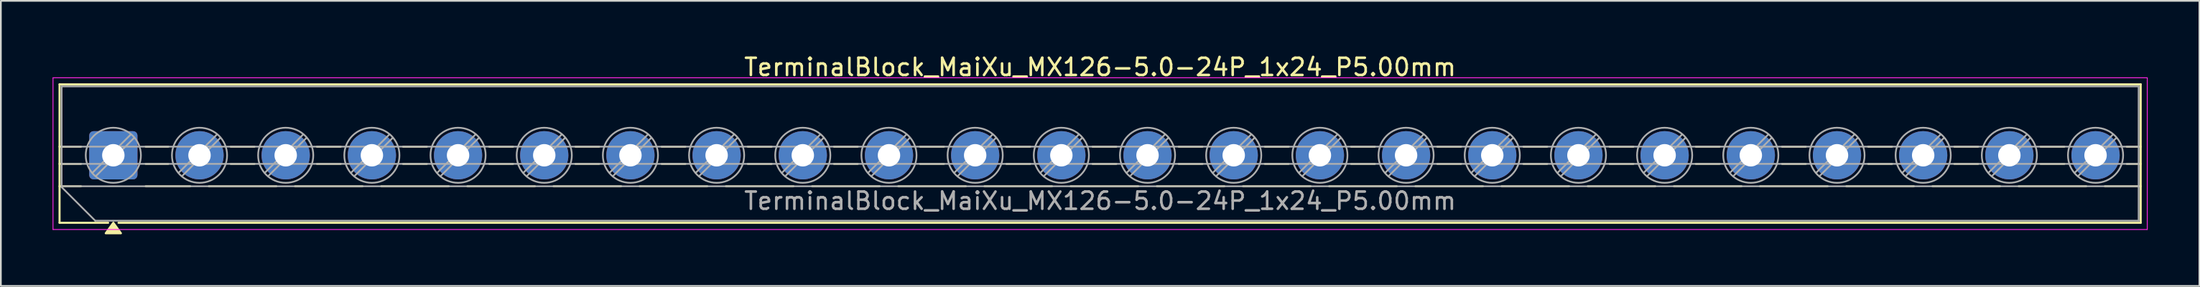
<source format=kicad_pcb>
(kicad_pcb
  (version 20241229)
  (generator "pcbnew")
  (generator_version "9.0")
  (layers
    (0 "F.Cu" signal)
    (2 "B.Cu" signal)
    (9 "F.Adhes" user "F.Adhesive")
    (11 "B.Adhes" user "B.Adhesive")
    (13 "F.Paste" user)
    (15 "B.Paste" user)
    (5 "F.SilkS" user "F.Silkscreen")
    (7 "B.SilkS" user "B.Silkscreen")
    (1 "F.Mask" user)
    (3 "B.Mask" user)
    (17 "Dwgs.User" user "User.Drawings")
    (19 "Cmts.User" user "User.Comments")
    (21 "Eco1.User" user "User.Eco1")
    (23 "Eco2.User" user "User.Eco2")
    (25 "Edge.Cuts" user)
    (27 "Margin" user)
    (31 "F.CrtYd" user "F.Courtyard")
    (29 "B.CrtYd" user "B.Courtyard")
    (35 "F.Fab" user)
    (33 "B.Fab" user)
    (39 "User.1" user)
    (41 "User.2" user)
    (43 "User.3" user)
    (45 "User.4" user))
  (footprint "TerminalBlock_MaiXu_MX126-5.0-24P_1x24_P5.00mm"
    (layer "F.Cu")
    (at 3.525 5.968)
    (property "Reference" "TerminalBlock_MaiXu_MX126-5.0-24P_1x24_P5.00mm" (at 57.25 -5.12 0) (layer "F.SilkS") (effects (font (size 1 1) (thickness 0.15))))
    (attr through_hole)
    (fp_line (start -3.12 -4.12) (end -3.12 3.92) (stroke (width 0.12) (type solid)) (layer "F.SilkS"))
    (fp_line (start -3.12 -4.12) (end 117.62 -4.12) (stroke (width 0.12) (type solid)) (layer "F.SilkS"))
    (fp_line (start -3.12 -0.5) (end -1.88 -0.5) (stroke (width 0.12) (type solid)) (layer "F.SilkS"))
    (fp_line (start -3.12 0.5) (end -1.88 0.5) (stroke (width 0.12) (type solid)) (layer "F.SilkS"))
    (fp_line (start -3.12 1.8) (end -1.88 1.8) (stroke (width 0.12) (type solid)) (layer "F.SilkS"))
    (fp_line (start -3.12 3.92) (end -0.3 3.92) (stroke (width 0.12) (type solid)) (layer "F.SilkS"))
    (fp_line (start 0.3 3.92) (end 117.62 3.92) (stroke (width 0.12) (type solid)) (layer "F.SilkS"))
    (fp_line (start 1.88 -0.5) (end 3.188 -0.5) (stroke (width 0.12) (type solid)) (layer "F.SilkS"))
    (fp_line (start 1.88 0.5) (end 3.188 0.5) (stroke (width 0.12) (type solid)) (layer "F.SilkS"))
    (fp_line (start 1.88 1.8) (end 4.457 1.8) (stroke (width 0.12) (type solid)) (layer "F.SilkS"))
    (fp_line (start 5.543 1.8) (end 9.457 1.8) (stroke (width 0.12) (type solid)) (layer "F.SilkS"))
    (fp_line (start 6.812 -0.5) (end 8.188 -0.5) (stroke (width 0.12) (type solid)) (layer "F.SilkS"))
    (fp_line (start 6.812 0.5) (end 8.188 0.5) (stroke (width 0.12) (type solid)) (layer "F.SilkS"))
    (fp_line (start 10.543 1.8) (end 14.457 1.8) (stroke (width 0.12) (type solid)) (layer "F.SilkS"))
    (fp_line (start 11.812 -0.5) (end 13.188 -0.5) (stroke (width 0.12) (type solid)) (layer "F.SilkS"))
    (fp_line (start 11.812 0.5) (end 13.188 0.5) (stroke (width 0.12) (type solid)) (layer "F.SilkS"))
    (fp_line (start 15.543 1.8) (end 19.457 1.8) (stroke (width 0.12) (type solid)) (layer "F.SilkS"))
    (fp_line (start 16.812 -0.5) (end 18.188 -0.5) (stroke (width 0.12) (type solid)) (layer "F.SilkS"))
    (fp_line (start 16.812 0.5) (end 18.188 0.5) (stroke (width 0.12) (type solid)) (layer "F.SilkS"))
    (fp_line (start 20.543 1.8) (end 24.457 1.8) (stroke (width 0.12) (type solid)) (layer "F.SilkS"))
    (fp_line (start 21.812 -0.5) (end 23.188 -0.5) (stroke (width 0.12) (type solid)) (layer "F.SilkS"))
    (fp_line (start 21.812 0.5) (end 23.188 0.5) (stroke (width 0.12) (type solid)) (layer "F.SilkS"))
    (fp_line (start 25.543 1.8) (end 29.457 1.8) (stroke (width 0.12) (type solid)) (layer "F.SilkS"))
    (fp_line (start 26.812 -0.5) (end 28.188 -0.5) (stroke (width 0.12) (type solid)) (layer "F.SilkS"))
    (fp_line (start 26.812 0.5) (end 28.188 0.5) (stroke (width 0.12) (type solid)) (layer "F.SilkS"))
    (fp_line (start 30.543 1.8) (end 34.457 1.8) (stroke (width 0.12) (type solid)) (layer "F.SilkS"))
    (fp_line (start 31.812 -0.5) (end 33.188 -0.5) (stroke (width 0.12) (type solid)) (layer "F.SilkS"))
    (fp_line (start 31.812 0.5) (end 33.188 0.5) (stroke (width 0.12) (type solid)) (layer "F.SilkS"))
    (fp_line (start 35.543 1.8) (end 39.457 1.8) (stroke (width 0.12) (type solid)) (layer "F.SilkS"))
    (fp_line (start 36.812 -0.5) (end 38.188 -0.5) (stroke (width 0.12) (type solid)) (layer "F.SilkS"))
    (fp_line (start 36.812 0.5) (end 38.188 0.5) (stroke (width 0.12) (type solid)) (layer "F.SilkS"))
    (fp_line (start 40.543 1.8) (end 44.457 1.8) (stroke (width 0.12) (type solid)) (layer "F.SilkS"))
    (fp_line (start 41.812 -0.5) (end 43.188 -0.5) (stroke (width 0.12) (type solid)) (layer "F.SilkS"))
    (fp_line (start 41.812 0.5) (end 43.188 0.5) (stroke (width 0.12) (type solid)) (layer "F.SilkS"))
    (fp_line (start 45.543 1.8) (end 49.457 1.8) (stroke (width 0.12) (type solid)) (layer "F.SilkS"))
    (fp_line (start 46.812 -0.5) (end 48.188 -0.5) (stroke (width 0.12) (type solid)) (layer "F.SilkS"))
    (fp_line (start 46.812 0.5) (end 48.188 0.5) (stroke (width 0.12) (type solid)) (layer "F.SilkS"))
    (fp_line (start 50.543 1.8) (end 54.457 1.8) (stroke (width 0.12) (type solid)) (layer "F.SilkS"))
    (fp_line (start 51.812 -0.5) (end 53.188 -0.5) (stroke (width 0.12) (type solid)) (layer "F.SilkS"))
    (fp_line (start 51.812 0.5) (end 53.188 0.5) (stroke (width 0.12) (type solid)) (layer "F.SilkS"))
    (fp_line (start 55.543 1.8) (end 59.457 1.8) (stroke (width 0.12) (type solid)) (layer "F.SilkS"))
    (fp_line (start 56.812 -0.5) (end 58.188 -0.5) (stroke (width 0.12) (type solid)) (layer "F.SilkS"))
    (fp_line (start 56.812 0.5) (end 58.188 0.5) (stroke (width 0.12) (type solid)) (layer "F.SilkS"))
    (fp_line (start 60.543 1.8) (end 64.457 1.8) (stroke (width 0.12) (type solid)) (layer "F.SilkS"))
    (fp_line (start 61.812 -0.5) (end 63.188 -0.5) (stroke (width 0.12) (type solid)) (layer "F.SilkS"))
    (fp_line (start 61.812 0.5) (end 63.188 0.5) (stroke (width 0.12) (type solid)) (layer "F.SilkS"))
    (fp_line (start 65.543 1.8) (end 69.457 1.8) (stroke (width 0.12) (type solid)) (layer "F.SilkS"))
    (fp_line (start 66.812 -0.5) (end 68.188 -0.5) (stroke (width 0.12) (type solid)) (layer "F.SilkS"))
    (fp_line (start 66.812 0.5) (end 68.188 0.5) (stroke (width 0.12) (type solid)) (layer "F.SilkS"))
    (fp_line (start 70.543 1.8) (end 74.457 1.8) (stroke (width 0.12) (type solid)) (layer "F.SilkS"))
    (fp_line (start 71.812 -0.5) (end 73.188 -0.5) (stroke (width 0.12) (type solid)) (layer "F.SilkS"))
    (fp_line (start 71.812 0.5) (end 73.188 0.5) (stroke (width 0.12) (type solid)) (layer "F.SilkS"))
    (fp_line (start 75.543 1.8) (end 79.457 1.8) (stroke (width 0.12) (type solid)) (layer "F.SilkS"))
    (fp_line (start 76.812 -0.5) (end 78.188 -0.5) (stroke (width 0.12) (type solid)) (layer "F.SilkS"))
    (fp_line (start 76.812 0.5) (end 78.188 0.5) (stroke (width 0.12) (type solid)) (layer "F.SilkS"))
    (fp_line (start 80.543 1.8) (end 84.457 1.8) (stroke (width 0.12) (type solid)) (layer "F.SilkS"))
    (fp_line (start 81.812 -0.5) (end 83.188 -0.5) (stroke (width 0.12) (type solid)) (layer "F.SilkS"))
    (fp_line (start 81.812 0.5) (end 83.188 0.5) (stroke (width 0.12) (type solid)) (layer "F.SilkS"))
    (fp_line (start 85.543 1.8) (end 89.457 1.8) (stroke (width 0.12) (type solid)) (layer "F.SilkS"))
    (fp_line (start 86.812 -0.5) (end 88.188 -0.5) (stroke (width 0.12) (type solid)) (layer "F.SilkS"))
    (fp_line (start 86.812 0.5) (end 88.188 0.5) (stroke (width 0.12) (type solid)) (layer "F.SilkS"))
    (fp_line (start 90.543 1.8) (end 94.457 1.8) (stroke (width 0.12) (type solid)) (layer "F.SilkS"))
    (fp_line (start 91.812 -0.5) (end 93.188 -0.5) (stroke (width 0.12) (type solid)) (layer "F.SilkS"))
    (fp_line (start 91.812 0.5) (end 93.188 0.5) (stroke (width 0.12) (type solid)) (layer "F.SilkS"))
    (fp_line (start 95.543 1.8) (end 99.457 1.8) (stroke (width 0.12) (type solid)) (layer "F.SilkS"))
    (fp_line (start 96.812 -0.5) (end 98.188 -0.5) (stroke (width 0.12) (type solid)) (layer "F.SilkS"))
    (fp_line (start 96.812 0.5) (end 98.188 0.5) (stroke (width 0.12) (type solid)) (layer "F.SilkS"))
    (fp_line (start 100.543 1.8) (end 104.457 1.8) (stroke (width 0.12) (type solid)) (layer "F.SilkS"))
    (fp_line (start 101.812 -0.5) (end 103.188 -0.5) (stroke (width 0.12) (type solid)) (layer "F.SilkS"))
    (fp_line (start 101.812 0.5) (end 103.188 0.5) (stroke (width 0.12) (type solid)) (layer "F.SilkS"))
    (fp_line (start 105.543 1.8) (end 109.457 1.8) (stroke (width 0.12) (type solid)) (layer "F.SilkS"))
    (fp_line (start 106.812 -0.5) (end 108.188 -0.5) (stroke (width 0.12) (type solid)) (layer "F.SilkS"))
    (fp_line (start 106.812 0.5) (end 108.188 0.5) (stroke (width 0.12) (type solid)) (layer "F.SilkS"))
    (fp_line (start 110.543 1.8) (end 114.457 1.8) (stroke (width 0.12) (type solid)) (layer "F.SilkS"))
    (fp_line (start 111.812 -0.5) (end 113.188 -0.5) (stroke (width 0.12) (type solid)) (layer "F.SilkS"))
    (fp_line (start 111.812 0.5) (end 113.188 0.5) (stroke (width 0.12) (type solid)) (layer "F.SilkS"))
    (fp_line (start 115.543 1.8) (end 117.62 1.8) (stroke (width 0.12) (type solid)) (layer "F.SilkS"))
    (fp_line (start 116.812 -0.5) (end 117.62 -0.5) (stroke (width 0.12) (type solid)) (layer "F.SilkS"))
    (fp_line (start 116.812 0.5) (end 117.62 0.5) (stroke (width 0.12) (type solid)) (layer "F.SilkS"))
    (fp_line (start 117.62 -4.12) (end 117.62 3.92) (stroke (width 0.12) (type solid)) (layer "F.SilkS"))
    (fp_poly (pts (xy 0 3.92) (xy 0.44 4.53) (xy -0.44 4.53)) (stroke (width 0.12) (type solid)) (fill yes) (layer "F.SilkS"))
    (fp_line (start -3.5 -4.5) (end -3.5 4.31) (stroke (width 0.05) (type solid)) (layer "F.CrtYd"))
    (fp_line (start -3.5 4.31) (end 118 4.31) (stroke (width 0.05) (type solid)) (layer "F.CrtYd"))
    (fp_line (start 118 -4.5) (end -3.5 -4.5) (stroke (width 0.05) (type solid)) (layer "F.CrtYd"))
    (fp_line (start 118 4.31) (end 118 -4.5) (stroke (width 0.05) (type solid)) (layer "F.CrtYd"))
    (fp_line (start -3 -4) (end 117.5 -4) (stroke (width 0.1) (type solid)) (layer "F.Fab"))
    (fp_line (start -3 -0.5) (end 117.5 -0.5) (stroke (width 0.1) (type solid)) (layer "F.Fab"))
    (fp_line (start -3 0.5) (end 117.5 0.5) (stroke (width 0.1) (type solid)) (layer "F.Fab"))
    (fp_line (start -3 1.8) (end 117.5 1.8) (stroke (width 0.1) (type solid)) (layer "F.Fab"))
    (fp_line (start -3 1.85) (end -3 -4) (stroke (width 0.1) (type solid)) (layer "F.Fab"))
    (fp_line (start -1.05 3.8) (end -3 1.85) (stroke (width 0.1) (type solid)) (layer "F.Fab"))
    (fp_line (start 1.018 -1.213) (end -1.213 1.018) (stroke (width 0.1) (type solid)) (layer "F.Fab"))
    (fp_line (start 1.213 -1.018) (end -1.018 1.213) (stroke (width 0.1) (type solid)) (layer "F.Fab"))
    (fp_line (start 6.018 -1.213) (end 3.787 1.018) (stroke (width 0.1) (type solid)) (layer "F.Fab"))
    (fp_line (start 6.213 -1.018) (end 3.982 1.213) (stroke (width 0.1) (type solid)) (layer "F.Fab"))
    (fp_line (start 11.018 -1.213) (end 8.787 1.018) (stroke (width 0.1) (type solid)) (layer "F.Fab"))
    (fp_line (start 11.213 -1.018) (end 8.982 1.213) (stroke (width 0.1) (type solid)) (layer "F.Fab"))
    (fp_line (start 16.018 -1.213) (end 13.787 1.018) (stroke (width 0.1) (type solid)) (layer "F.Fab"))
    (fp_line (start 16.213 -1.018) (end 13.982 1.213) (stroke (width 0.1) (type solid)) (layer "F.Fab"))
    (fp_line (start 21.018 -1.213) (end 18.787 1.018) (stroke (width 0.1) (type solid)) (layer "F.Fab"))
    (fp_line (start 21.213 -1.018) (end 18.982 1.213) (stroke (width 0.1) (type solid)) (layer "F.Fab"))
    (fp_line (start 26.018 -1.213) (end 23.787 1.018) (stroke (width 0.1) (type solid)) (layer "F.Fab"))
    (fp_line (start 26.213 -1.018) (end 23.982 1.213) (stroke (width 0.1) (type solid)) (layer "F.Fab"))
    (fp_line (start 31.018 -1.213) (end 28.787 1.018) (stroke (width 0.1) (type solid)) (layer "F.Fab"))
    (fp_line (start 31.213 -1.018) (end 28.982 1.213) (stroke (width 0.1) (type solid)) (layer "F.Fab"))
    (fp_line (start 36.018 -1.213) (end 33.787 1.018) (stroke (width 0.1) (type solid)) (layer "F.Fab"))
    (fp_line (start 36.213 -1.018) (end 33.982 1.213) (stroke (width 0.1) (type solid)) (layer "F.Fab"))
    (fp_line (start 41.018 -1.213) (end 38.787 1.018) (stroke (width 0.1) (type solid)) (layer "F.Fab"))
    (fp_line (start 41.213 -1.018) (end 38.982 1.213) (stroke (width 0.1) (type solid)) (layer "F.Fab"))
    (fp_line (start 46.018 -1.213) (end 43.787 1.018) (stroke (width 0.1) (type solid)) (layer "F.Fab"))
    (fp_line (start 46.213 -1.018) (end 43.982 1.213) (stroke (width 0.1) (type solid)) (layer "F.Fab"))
    (fp_line (start 51.018 -1.213) (end 48.787 1.018) (stroke (width 0.1) (type solid)) (layer "F.Fab"))
    (fp_line (start 51.213 -1.018) (end 48.982 1.213) (stroke (width 0.1) (type solid)) (layer "F.Fab"))
    (fp_line (start 56.018 -1.213) (end 53.787 1.018) (stroke (width 0.1) (type solid)) (layer "F.Fab"))
    (fp_line (start 56.213 -1.018) (end 53.982 1.213) (stroke (width 0.1) (type solid)) (layer "F.Fab"))
    (fp_line (start 61.018 -1.213) (end 58.787 1.018) (stroke (width 0.1) (type solid)) (layer "F.Fab"))
    (fp_line (start 61.213 -1.018) (end 58.982 1.213) (stroke (width 0.1) (type solid)) (layer "F.Fab"))
    (fp_line (start 66.018 -1.213) (end 63.787 1.018) (stroke (width 0.1) (type solid)) (layer "F.Fab"))
    (fp_line (start 66.213 -1.018) (end 63.982 1.213) (stroke (width 0.1) (type solid)) (layer "F.Fab"))
    (fp_line (start 71.018 -1.213) (end 68.787 1.018) (stroke (width 0.1) (type solid)) (layer "F.Fab"))
    (fp_line (start 71.213 -1.018) (end 68.982 1.213) (stroke (width 0.1) (type solid)) (layer "F.Fab"))
    (fp_line (start 76.018 -1.213) (end 73.787 1.018) (stroke (width 0.1) (type solid)) (layer "F.Fab"))
    (fp_line (start 76.213 -1.018) (end 73.982 1.213) (stroke (width 0.1) (type solid)) (layer "F.Fab"))
    (fp_line (start 81.018 -1.213) (end 78.787 1.018) (stroke (width 0.1) (type solid)) (layer "F.Fab"))
    (fp_line (start 81.213 -1.018) (end 78.982 1.213) (stroke (width 0.1) (type solid)) (layer "F.Fab"))
    (fp_line (start 86.018 -1.213) (end 83.787 1.018) (stroke (width 0.1) (type solid)) (layer "F.Fab"))
    (fp_line (start 86.213 -1.018) (end 83.982 1.213) (stroke (width 0.1) (type solid)) (layer "F.Fab"))
    (fp_line (start 91.018 -1.213) (end 88.787 1.018) (stroke (width 0.1) (type solid)) (layer "F.Fab"))
    (fp_line (start 91.213 -1.018) (end 88.982 1.213) (stroke (width 0.1) (type solid)) (layer "F.Fab"))
    (fp_line (start 96.018 -1.213) (end 93.787 1.018) (stroke (width 0.1) (type solid)) (layer "F.Fab"))
    (fp_line (start 96.213 -1.018) (end 93.982 1.213) (stroke (width 0.1) (type solid)) (layer "F.Fab"))
    (fp_line (start 101.018 -1.213) (end 98.787 1.018) (stroke (width 0.1) (type solid)) (layer "F.Fab"))
    (fp_line (start 101.213 -1.018) (end 98.982 1.213) (stroke (width 0.1) (type solid)) (layer "F.Fab"))
    (fp_line (start 106.018 -1.213) (end 103.787 1.018) (stroke (width 0.1) (type solid)) (layer "F.Fab"))
    (fp_line (start 106.213 -1.018) (end 103.982 1.213) (stroke (width 0.1) (type solid)) (layer "F.Fab"))
    (fp_line (start 111.018 -1.213) (end 108.787 1.018) (stroke (width 0.1) (type solid)) (layer "F.Fab"))
    (fp_line (start 111.213 -1.018) (end 108.982 1.213) (stroke (width 0.1) (type solid)) (layer "F.Fab"))
    (fp_line (start 116.018 -1.213) (end 113.787 1.018) (stroke (width 0.1) (type solid)) (layer "F.Fab"))
    (fp_line (start 116.213 -1.018) (end 113.982 1.213) (stroke (width 0.1) (type solid)) (layer "F.Fab"))
    (fp_line (start 117.5 -4) (end 117.5 3.8) (stroke (width 0.1) (type solid)) (layer "F.Fab"))
    (fp_line (start 117.5 3.8) (end -1.05 3.8) (stroke (width 0.1) (type solid)) (layer "F.Fab"))
    (fp_circle (center 0 0) (end 1.6 0) (stroke (width 0.1) (type solid)) (fill no) (layer "F.Fab"))
    (fp_circle (center 5 0) (end 6.6 0) (stroke (width 0.1) (type solid)) (fill no) (layer "F.Fab"))
    (fp_circle (center 10 0) (end 11.6 0) (stroke (width 0.1) (type solid)) (fill no) (layer "F.Fab"))
    (fp_circle (center 15 0) (end 16.6 0) (stroke (width 0.1) (type solid)) (fill no) (layer "F.Fab"))
    (fp_circle (center 20 0) (end 21.6 0) (stroke (width 0.1) (type solid)) (fill no) (layer "F.Fab"))
    (fp_circle (center 25 0) (end 26.6 0) (stroke (width 0.1) (type solid)) (fill no) (layer "F.Fab"))
    (fp_circle (center 30 0) (end 31.6 0) (stroke (width 0.1) (type solid)) (fill no) (layer "F.Fab"))
    (fp_circle (center 35 0) (end 36.6 0) (stroke (width 0.1) (type solid)) (fill no) (layer "F.Fab"))
    (fp_circle (center 40 0) (end 41.6 0) (stroke (width 0.1) (type solid)) (fill no) (layer "F.Fab"))
    (fp_circle (center 45 0) (end 46.6 0) (stroke (width 0.1) (type solid)) (fill no) (layer "F.Fab"))
    (fp_circle (center 50 0) (end 51.6 0) (stroke (width 0.1) (type solid)) (fill no) (layer "F.Fab"))
    (fp_circle (center 55 0) (end 56.6 0) (stroke (width 0.1) (type solid)) (fill no) (layer "F.Fab"))
    (fp_circle (center 60 0) (end 61.6 0) (stroke (width 0.1) (type solid)) (fill no) (layer "F.Fab"))
    (fp_circle (center 65 0) (end 66.6 0) (stroke (width 0.1) (type solid)) (fill no) (layer "F.Fab"))
    (fp_circle (center 70 0) (end 71.6 0) (stroke (width 0.1) (type solid)) (fill no) (layer "F.Fab"))
    (fp_circle (center 75 0) (end 76.6 0) (stroke (width 0.1) (type solid)) (fill no) (layer "F.Fab"))
    (fp_circle (center 80 0) (end 81.6 0) (stroke (width 0.1) (type solid)) (fill no) (layer "F.Fab"))
    (fp_circle (center 85 0) (end 86.6 0) (stroke (width 0.1) (type solid)) (fill no) (layer "F.Fab"))
    (fp_circle (center 90 0) (end 91.6 0) (stroke (width 0.1) (type solid)) (fill no) (layer "F.Fab"))
    (fp_circle (center 95 0) (end 96.6 0) (stroke (width 0.1) (type solid)) (fill no) (layer "F.Fab"))
    (fp_circle (center 100 0) (end 101.6 0) (stroke (width 0.1) (type solid)) (fill no) (layer "F.Fab"))
    (fp_circle (center 105 0) (end 106.6 0) (stroke (width 0.1) (type solid)) (fill no) (layer "F.Fab"))
    (fp_circle (center 110 0) (end 111.6 0) (stroke (width 0.1) (type solid)) (fill no) (layer "F.Fab"))
    (fp_circle (center 115 0) (end 116.6 0) (stroke (width 0.1) (type solid)) (fill no) (layer "F.Fab"))
    (fp_text user "${REFERENCE}" (at 57.25 2.65 0) (layer "F.Fab") (effects (font (size 1 1) (thickness 0.15))))
    (pad "1" thru_hole roundrect (at 0 0) (size 2.8 2.8) (drill 1.3) (layers "*.Cu" "*.Mask") (roundrect_rratio 0.089))
    (pad "2" thru_hole circle (at 5 0) (size 2.8 2.8) (drill 1.3) (layers "*.Cu" "*.Mask"))
    (pad "3" thru_hole circle (at 10 0) (size 2.8 2.8) (drill 1.3) (layers "*.Cu" "*.Mask"))
    (pad "4" thru_hole circle (at 15 0) (size 2.8 2.8) (drill 1.3) (layers "*.Cu" "*.Mask"))
    (pad "5" thru_hole circle (at 20 0) (size 2.8 2.8) (drill 1.3) (layers "*.Cu" "*.Mask"))
    (pad "6" thru_hole circle (at 25 0) (size 2.8 2.8) (drill 1.3) (layers "*.Cu" "*.Mask"))
    (pad "7" thru_hole circle (at 30 0) (size 2.8 2.8) (drill 1.3) (layers "*.Cu" "*.Mask"))
    (pad "8" thru_hole circle (at 35 0) (size 2.8 2.8) (drill 1.3) (layers "*.Cu" "*.Mask"))
    (pad "9" thru_hole circle (at 40 0) (size 2.8 2.8) (drill 1.3) (layers "*.Cu" "*.Mask"))
    (pad "10" thru_hole circle (at 45 0) (size 2.8 2.8) (drill 1.3) (layers "*.Cu" "*.Mask"))
    (pad "11" thru_hole circle (at 50 0) (size 2.8 2.8) (drill 1.3) (layers "*.Cu" "*.Mask"))
    (pad "12" thru_hole circle (at 55 0) (size 2.8 2.8) (drill 1.3) (layers "*.Cu" "*.Mask"))
    (pad "13" thru_hole circle (at 60 0) (size 2.8 2.8) (drill 1.3) (layers "*.Cu" "*.Mask"))
    (pad "14" thru_hole circle (at 65 0) (size 2.8 2.8) (drill 1.3) (layers "*.Cu" "*.Mask"))
    (pad "15" thru_hole circle (at 70 0) (size 2.8 2.8) (drill 1.3) (layers "*.Cu" "*.Mask"))
    (pad "16" thru_hole circle (at 75 0) (size 2.8 2.8) (drill 1.3) (layers "*.Cu" "*.Mask"))
    (pad "17" thru_hole circle (at 80 0) (size 2.8 2.8) (drill 1.3) (layers "*.Cu" "*.Mask"))
    (pad "18" thru_hole circle (at 85 0) (size 2.8 2.8) (drill 1.3) (layers "*.Cu" "*.Mask"))
    (pad "19" thru_hole circle (at 90 0) (size 2.8 2.8) (drill 1.3) (layers "*.Cu" "*.Mask"))
    (pad "20" thru_hole circle (at 95 0) (size 2.8 2.8) (drill 1.3) (layers "*.Cu" "*.Mask"))
    (pad "21" thru_hole circle (at 100 0) (size 2.8 2.8) (drill 1.3) (layers "*.Cu" "*.Mask"))
    (pad "22" thru_hole circle (at 105 0) (size 2.8 2.8) (drill 1.3) (layers "*.Cu" "*.Mask"))
    (pad "23" thru_hole circle (at 110 0) (size 2.8 2.8) (drill 1.3) (layers "*.Cu" "*.Mask"))
    (pad "24" thru_hole circle (at 115 0) (size 2.8 2.8) (drill 1.3) (layers "*.Cu" "*.Mask")))
  (gr_rect
    (start -3 -3)
    (end 124.55 13.558)
    (stroke (width 0.1) (type default))
    (fill no)
    (layer "Edge.Cuts")))
</source>
